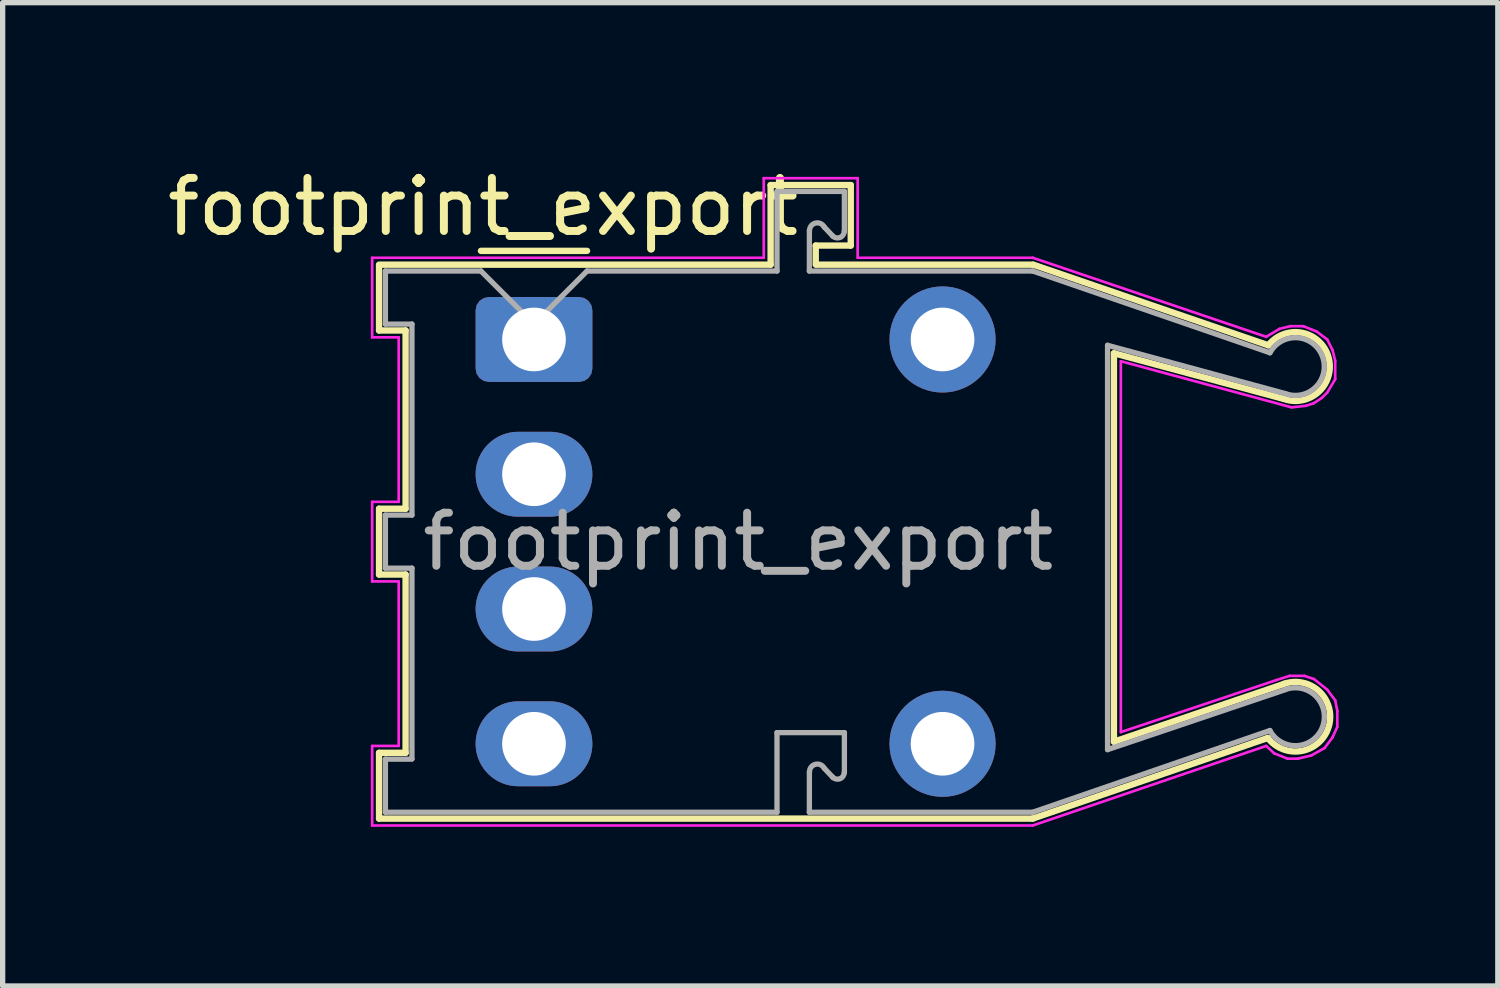
<source format=kicad_pcb>
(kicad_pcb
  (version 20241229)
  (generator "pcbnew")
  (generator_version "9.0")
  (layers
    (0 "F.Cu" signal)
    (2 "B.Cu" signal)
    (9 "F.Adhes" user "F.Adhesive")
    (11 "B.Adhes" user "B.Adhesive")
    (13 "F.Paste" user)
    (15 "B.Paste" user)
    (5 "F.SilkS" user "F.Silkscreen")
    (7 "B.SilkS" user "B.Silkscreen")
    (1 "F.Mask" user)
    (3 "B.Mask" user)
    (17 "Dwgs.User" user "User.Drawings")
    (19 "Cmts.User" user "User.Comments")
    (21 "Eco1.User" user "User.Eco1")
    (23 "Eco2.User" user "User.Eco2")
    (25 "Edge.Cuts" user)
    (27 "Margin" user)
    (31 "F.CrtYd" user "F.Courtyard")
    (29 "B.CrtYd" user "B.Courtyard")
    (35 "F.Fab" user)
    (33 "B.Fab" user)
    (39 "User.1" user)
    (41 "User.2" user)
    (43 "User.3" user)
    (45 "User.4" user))
  (footprint "footprint_export"
    (layer "F.Cu")
    (at 7.014 3.348)
    (property "Reference" "footprint_export" (at -0.96 -2.5 0) (layer "F.SilkS") (effects (font (size 1 1) (thickness 0.15))))
    (attr through_hole)
    (fp_line (start -2.92 -1.41) (end 4.46 -1.41) (stroke (width 0.12) (type solid)) (layer "F.SilkS"))
    (fp_line (start -2.92 -1.397) (end -2.92 -0.17) (stroke (width 0.12) (type solid)) (layer "F.SilkS"))
    (fp_line (start -2.92 -0.17) (end -2.42 -0.17) (stroke (width 0.12) (type solid)) (layer "F.SilkS"))
    (fp_line (start -2.92 3.19) (end -2.92 4.43) (stroke (width 0.12) (type solid)) (layer "F.SilkS"))
    (fp_line (start -2.92 4.43) (end -2.42 4.43) (stroke (width 0.12) (type solid)) (layer "F.SilkS"))
    (fp_line (start -2.92 7.79) (end -2.92 9.03) (stroke (width 0.12) (type solid)) (layer "F.SilkS"))
    (fp_line (start -2.92 9.03) (end 9.4 9.03) (stroke (width 0.12) (type solid)) (layer "F.SilkS"))
    (fp_line (start -2.42 -0.17) (end -2.42 3.19) (stroke (width 0.12) (type solid)) (layer "F.SilkS"))
    (fp_line (start -2.42 3.19) (end -2.92 3.19) (stroke (width 0.12) (type solid)) (layer "F.SilkS"))
    (fp_line (start -2.42 4.43) (end -2.42 7.79) (stroke (width 0.12) (type solid)) (layer "F.SilkS"))
    (fp_line (start -2.42 7.79) (end -2.92 7.79) (stroke (width 0.12) (type solid)) (layer "F.SilkS"))
    (fp_line (start -1 -1.67) (end 1 -1.67) (stroke (width 0.12) (type solid)) (layer "F.SilkS"))
    (fp_line (start 4.46 -2.91) (end 4.46 -1.41) (stroke (width 0.12) (type solid)) (layer "F.SilkS"))
    (fp_line (start 5.31 -1.77) (end 5.97 -1.77) (stroke (width 0.12) (type solid)) (layer "F.SilkS"))
    (fp_line (start 5.31 -1.41) (end 5.31 -1.77) (stroke (width 0.12) (type solid)) (layer "F.SilkS"))
    (fp_line (start 5.97 -2.91) (end 4.46 -2.91) (stroke (width 0.12) (type solid)) (layer "F.SilkS"))
    (fp_line (start 5.97 -1.77) (end 5.97 -2.91) (stroke (width 0.12) (type solid)) (layer "F.SilkS"))
    (fp_line (start 9.4 -1.41) (end 5.33 -1.41) (stroke (width 0.12) (type solid)) (layer "F.SilkS"))
    (fp_line (start 9.4 9.03) (end 13.83 7.51) (stroke (width 0.12) (type solid)) (layer "F.SilkS"))
    (fp_line (start 10.93 0.26) (end 14.13 1.12) (stroke (width 0.12) (type solid)) (layer "F.SilkS"))
    (fp_line (start 10.93 7.58) (end 10.93 0.26) (stroke (width 0.12) (type solid)) (layer "F.SilkS"))
    (fp_line (start 13.84 0.11) (end 9.41 -1.41) (stroke (width 0.12) (type solid)) (layer "F.SilkS"))
    (fp_line (start 14.14 6.49) (end 10.93 7.58) (stroke (width 0.12) (type solid)) (layer "F.SilkS"))
    (fp_arc (start 13.839757 0.10981) (mid 14.973245 0.330932) (end 14.13 1.12) (stroke (width 0.12) (type solid)) (layer "F.SilkS"))
    (fp_arc (start 14.131216 6.491507) (mid 14.979112 7.296058) (end 13.83 7.51) (stroke (width 0.12) (type solid)) (layer "F.SilkS"))
    (fp_line (start -3.05 -1.54) (end 4.33 -1.54) (stroke (width 0.05) (type solid)) (layer "F.CrtYd"))
    (fp_line (start -3.05 -0.04) (end -3.05 -1.54) (stroke (width 0.05) (type solid)) (layer "F.CrtYd"))
    (fp_line (start -3.05 3.06) (end -2.55 3.06) (stroke (width 0.05) (type solid)) (layer "F.CrtYd"))
    (fp_line (start -3.05 4.56) (end -3.05 3.06) (stroke (width 0.05) (type solid)) (layer "F.CrtYd"))
    (fp_line (start -3.05 7.66) (end -2.55 7.66) (stroke (width 0.05) (type solid)) (layer "F.CrtYd"))
    (fp_line (start -3.05 9.16) (end -3.05 7.66) (stroke (width 0.05) (type solid)) (layer "F.CrtYd"))
    (fp_line (start -2.55 -0.04) (end -3.05 -0.04) (stroke (width 0.05) (type solid)) (layer "F.CrtYd"))
    (fp_line (start -2.55 3.06) (end -2.55 -0.04) (stroke (width 0.05) (type solid)) (layer "F.CrtYd"))
    (fp_line (start -2.55 4.56) (end -3.05 4.56) (stroke (width 0.05) (type solid)) (layer "F.CrtYd"))
    (fp_line (start -2.55 7.66) (end -2.55 4.56) (stroke (width 0.05) (type solid)) (layer "F.CrtYd"))
    (fp_line (start 4.33 -3.04) (end 6.1 -3.04) (stroke (width 0.05) (type solid)) (layer "F.CrtYd"))
    (fp_line (start 4.33 -1.54) (end 4.33 -3.04) (stroke (width 0.05) (type solid)) (layer "F.CrtYd"))
    (fp_line (start 6.1 -3.04) (end 6.1 -1.54) (stroke (width 0.05) (type solid)) (layer "F.CrtYd"))
    (fp_line (start 6.1 -1.54) (end 9.4 -1.54) (stroke (width 0.05) (type solid)) (layer "F.CrtYd"))
    (fp_line (start 9.4 -1.54) (end 13.8 -0.05) (stroke (width 0.05) (type solid)) (layer "F.CrtYd"))
    (fp_line (start 9.4 9.16) (end -3.05 9.16) (stroke (width 0.05) (type solid)) (layer "F.CrtYd"))
    (fp_line (start 11.06 0.41) (end 11.06 7.4) (stroke (width 0.05) (type solid)) (layer "F.CrtYd"))
    (fp_line (start 11.06 7.4) (end 13.99 6.42) (stroke (width 0.05) (type solid)) (layer "F.CrtYd"))
    (fp_line (start 13.8 -0.05) (end 14.05 -0.2) (stroke (width 0.05) (type solid)) (layer "F.CrtYd"))
    (fp_line (start 13.8 7.66) (end 9.4 9.16) (stroke (width 0.05) (type solid)) (layer "F.CrtYd"))
    (fp_line (start 13.95 7.8) (end 13.8 7.66) (stroke (width 0.05) (type solid)) (layer "F.CrtYd"))
    (fp_line (start 13.99 6.42) (end 14.24 6.34) (stroke (width 0.05) (type solid)) (layer "F.CrtYd"))
    (fp_line (start 14.05 -0.2) (end 14.25 -0.25) (stroke (width 0.05) (type solid)) (layer "F.CrtYd"))
    (fp_line (start 14.2 7.9) (end 13.95 7.8) (stroke (width 0.05) (type solid)) (layer "F.CrtYd"))
    (fp_line (start 14.24 6.34) (end 14.52 6.34) (stroke (width 0.05) (type solid)) (layer "F.CrtYd"))
    (fp_line (start 14.25 -0.25) (end 14.5 -0.25) (stroke (width 0.05) (type solid)) (layer "F.CrtYd"))
    (fp_line (start 14.28 1.28) (end 11.06 0.41) (stroke (width 0.05) (type solid)) (layer "F.CrtYd"))
    (fp_line (start 14.4 7.9) (end 14.2 7.9) (stroke (width 0.05) (type solid)) (layer "F.CrtYd"))
    (fp_line (start 14.5 -0.25) (end 14.75 -0.15) (stroke (width 0.05) (type solid)) (layer "F.CrtYd"))
    (fp_line (start 14.52 6.34) (end 14.7 6.4) (stroke (width 0.05) (type solid)) (layer "F.CrtYd"))
    (fp_line (start 14.55 1.25) (end 14.28 1.28) (stroke (width 0.05) (type solid)) (layer "F.CrtYd"))
    (fp_line (start 14.65 7.84) (end 14.4 7.9) (stroke (width 0.05) (type solid)) (layer "F.CrtYd"))
    (fp_line (start 14.7 1.2) (end 14.55 1.25) (stroke (width 0.05) (type solid)) (layer "F.CrtYd"))
    (fp_line (start 14.7 6.4) (end 14.95 6.6) (stroke (width 0.05) (type solid)) (layer "F.CrtYd"))
    (fp_line (start 14.75 -0.15) (end 14.95 0) (stroke (width 0.05) (type solid)) (layer "F.CrtYd"))
    (fp_line (start 14.85 1.1) (end 14.7 1.2) (stroke (width 0.05) (type solid)) (layer "F.CrtYd"))
    (fp_line (start 14.9 7.7) (end 14.65 7.84) (stroke (width 0.05) (type solid)) (layer "F.CrtYd"))
    (fp_line (start 14.95 0) (end 15.05 0.2) (stroke (width 0.05) (type solid)) (layer "F.CrtYd"))
    (fp_line (start 14.95 1) (end 14.85 1.1) (stroke (width 0.05) (type solid)) (layer "F.CrtYd"))
    (fp_line (start 14.95 6.6) (end 15.1 6.8) (stroke (width 0.05) (type solid)) (layer "F.CrtYd"))
    (fp_line (start 15.05 0.2) (end 15.1 0.4) (stroke (width 0.05) (type solid)) (layer "F.CrtYd"))
    (fp_line (start 15.05 7.5) (end 14.9 7.7) (stroke (width 0.05) (type solid)) (layer "F.CrtYd"))
    (fp_line (start 15.1 0.4) (end 15.1 0.75) (stroke (width 0.05) (type solid)) (layer "F.CrtYd"))
    (fp_line (start 15.1 0.75) (end 14.95 1) (stroke (width 0.05) (type solid)) (layer "F.CrtYd"))
    (fp_line (start 15.1 6.8) (end 15.14 7) (stroke (width 0.05) (type solid)) (layer "F.CrtYd"))
    (fp_line (start 15.14 7) (end 15.14 7.3) (stroke (width 0.05) (type solid)) (layer "F.CrtYd"))
    (fp_line (start 15.14 7.3) (end 15.05 7.5) (stroke (width 0.05) (type solid)) (layer "F.CrtYd"))
    (fp_line (start -2.8 -1.29) (end -2.8 -0.29) (stroke (width 0.1) (type solid)) (layer "F.Fab"))
    (fp_line (start -2.8 -1.29) (end -1 -1.29) (stroke (width 0.1) (type solid)) (layer "F.Fab"))
    (fp_line (start -2.8 -0.29) (end -2.3 -0.29) (stroke (width 0.1) (type solid)) (layer "F.Fab"))
    (fp_line (start -2.8 3.31) (end -2.8 4.31) (stroke (width 0.1) (type solid)) (layer "F.Fab"))
    (fp_line (start -2.8 7.91) (end -2.3 7.91) (stroke (width 0.1) (type solid)) (layer "F.Fab"))
    (fp_line (start -2.8 8.91) (end -2.8 7.91) (stroke (width 0.1) (type solid)) (layer "F.Fab"))
    (fp_line (start -2.3 3.31) (end -2.8 3.31) (stroke (width 0.1) (type solid)) (layer "F.Fab"))
    (fp_line (start -2.3 3.31) (end -2.3 -0.29) (stroke (width 0.1) (type solid)) (layer "F.Fab"))
    (fp_line (start -2.3 4.31) (end -2.8 4.31) (stroke (width 0.1) (type solid)) (layer "F.Fab"))
    (fp_line (start -2.3 7.9) (end -2.3 4.31) (stroke (width 0.1) (type solid)) (layer "F.Fab"))
    (fp_line (start -1 -1.29) (end 0 -0.29) (stroke (width 0.1) (type solid)) (layer "F.Fab"))
    (fp_line (start 0 -0.29) (end 1 -1.29) (stroke (width 0.1) (type solid)) (layer "F.Fab"))
    (fp_line (start 1 -1.29) (end 4.58 -1.29) (stroke (width 0.1) (type solid)) (layer "F.Fab"))
    (fp_line (start 4.58 -2.79) (end 5.85 -2.79) (stroke (width 0.1) (type solid)) (layer "F.Fab"))
    (fp_line (start 4.58 -1.29) (end 4.58 -2.79) (stroke (width 0.1) (type solid)) (layer "F.Fab"))
    (fp_line (start 4.58 7.41) (end 5.85 7.41) (stroke (width 0.1) (type solid)) (layer "F.Fab"))
    (fp_line (start 4.58 8.91) (end -2.8 8.91) (stroke (width 0.1) (type solid)) (layer "F.Fab"))
    (fp_line (start 4.58 8.91) (end 4.58 7.41) (stroke (width 0.1) (type solid)) (layer "F.Fab"))
    (fp_line (start 5.19 -2.05) (end 5.19 -1.29) (stroke (width 0.1) (type solid)) (layer "F.Fab"))
    (fp_line (start 5.19 -1.29) (end 9.4 -1.29) (stroke (width 0.1) (type solid)) (layer "F.Fab"))
    (fp_line (start 5.19 8.15) (end 5.19 8.91) (stroke (width 0.1) (type solid)) (layer "F.Fab"))
    (fp_line (start 5.63 -1.95) (end 5.47 -2.12) (stroke (width 0.1) (type solid)) (layer "F.Fab"))
    (fp_line (start 5.63 8.25) (end 5.47 8.08) (stroke (width 0.1) (type solid)) (layer "F.Fab"))
    (fp_line (start 5.85 -2.79) (end 5.85 -2.04) (stroke (width 0.1) (type solid)) (layer "F.Fab"))
    (fp_line (start 5.85 7.41) (end 5.85 8.16) (stroke (width 0.1) (type solid)) (layer "F.Fab"))
    (fp_line (start 9.4 -1.29) (end 13.87 0.25) (stroke (width 0.1) (type solid)) (layer "F.Fab"))
    (fp_line (start 9.4 8.91) (end 5.19 8.91) (stroke (width 0.1) (type solid)) (layer "F.Fab"))
    (fp_line (start 9.4 8.91) (end 13.87 7.37) (stroke (width 0.1) (type solid)) (layer "F.Fab"))
    (fp_line (start 10.81 0.11) (end 10.81 7.73) (stroke (width 0.1) (type solid)) (layer "F.Fab"))
    (fp_line (start 10.81 0.11) (end 14.16 1.02) (stroke (width 0.1) (type solid)) (layer "F.Fab"))
    (fp_line (start 14.16 6.6) (end 10.81 7.73) (stroke (width 0.1) (type solid)) (layer "F.Fab"))
    (fp_arc (start 5.192417 -2.045618) (mid 5.301784 -2.192617) (end 5.47 -2.12) (stroke (width 0.1) (type solid)) (layer "F.Fab"))
    (fp_arc (start 5.192417 8.154382) (mid 5.301784 8.007383) (end 5.47 8.08) (stroke (width 0.1) (type solid)) (layer "F.Fab"))
    (fp_arc (start 5.847279 -2.04) (mid 5.768708 -1.92241) (end 5.63 -1.95) (stroke (width 0.1) (type solid)) (layer "F.Fab"))
    (fp_arc (start 5.847279 8.16) (mid 5.768708 8.27759) (end 5.63 8.25) (stroke (width 0.1) (type solid)) (layer "F.Fab"))
    (fp_arc (start 13.87094 0.25146) (mid 14.859247 0.317622) (end 14.161539 1.020709) (stroke (width 0.1) (type solid)) (layer "F.Fab"))
    (fp_arc (start 14.162014 6.597495) (mid 14.860629 7.303023) (end 13.87 7.37) (stroke (width 0.1) (type solid)) (layer "F.Fab"))
    (fp_text user "${REFERENCE}" (at 3.85 3.81 0) (layer "F.Fab") (effects (font (size 1 1) (thickness 0.15))))
    (pad "1" thru_hole roundrect (at 0 0) (size 2.2 1.6) (drill 1.2) (layers "*.Cu" "*.Mask") (roundrect_rratio 0.156))
    (pad "2" thru_hole oval (at 0 2.54) (size 2.2 1.6) (drill 1.2) (layers "*.Cu" "*.Mask"))
    (pad "3" thru_hole oval (at 0 5.08) (size 2.2 1.6) (drill 1.2) (layers "*.Cu" "*.Mask"))
    (pad "4" thru_hole oval (at 0 7.62) (size 2.2 1.6) (drill 1.2) (layers "*.Cu" "*.Mask"))
    (pad "5" thru_hole circle (at 7.7 7.62) (size 2 2) (drill 1.2) (layers "*.Cu" "*.Mask"))
    (pad "8" thru_hole circle (at 7.7 0) (size 2 2) (drill 1.2) (layers "*.Cu" "*.Mask")))
  (gr_rect
    (start -3 -3)
    (end 25.179 15.533)
    (stroke (width 0.1) (type default))
    (fill no)
    (layer "Edge.Cuts")))
</source>
